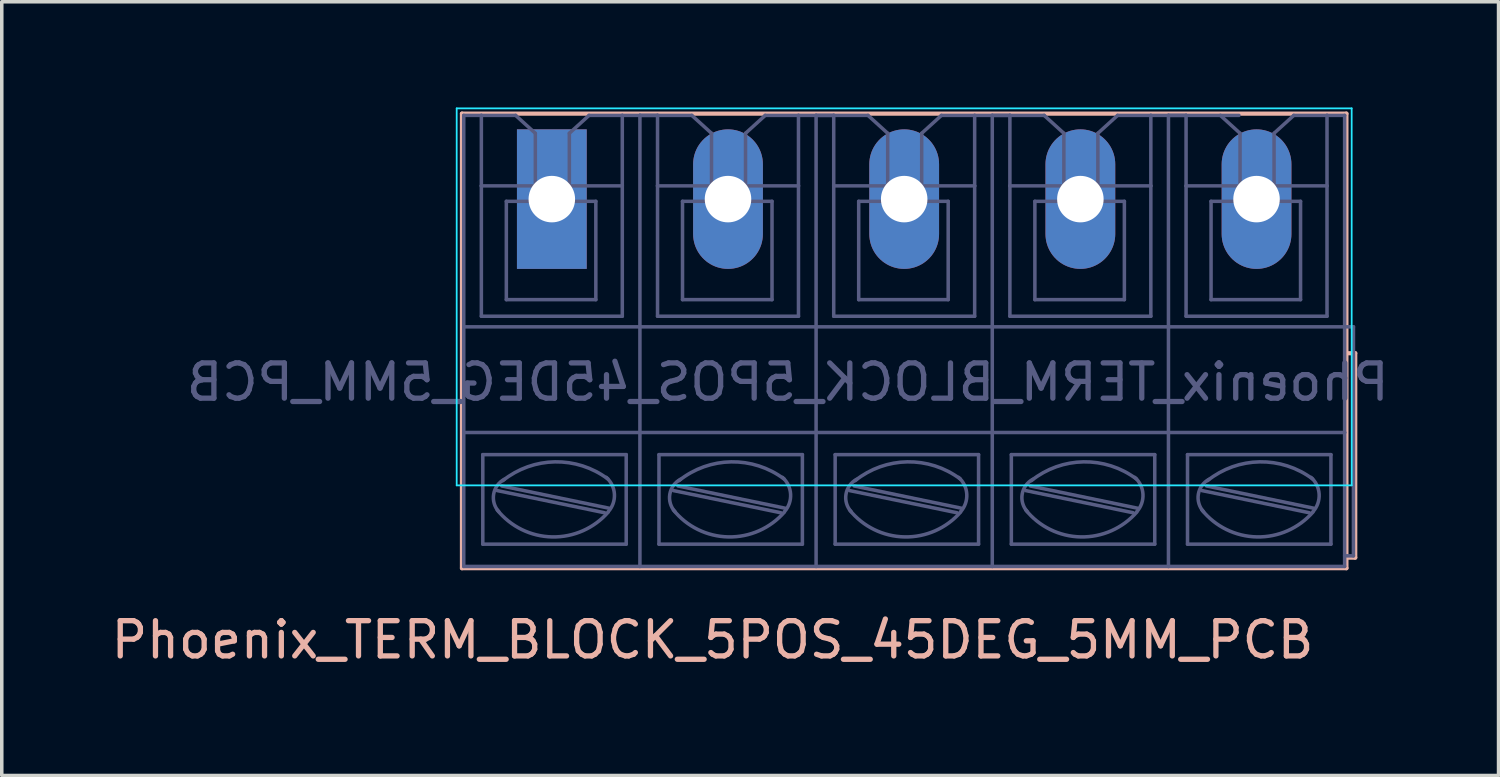
<source format=kicad_pcb>
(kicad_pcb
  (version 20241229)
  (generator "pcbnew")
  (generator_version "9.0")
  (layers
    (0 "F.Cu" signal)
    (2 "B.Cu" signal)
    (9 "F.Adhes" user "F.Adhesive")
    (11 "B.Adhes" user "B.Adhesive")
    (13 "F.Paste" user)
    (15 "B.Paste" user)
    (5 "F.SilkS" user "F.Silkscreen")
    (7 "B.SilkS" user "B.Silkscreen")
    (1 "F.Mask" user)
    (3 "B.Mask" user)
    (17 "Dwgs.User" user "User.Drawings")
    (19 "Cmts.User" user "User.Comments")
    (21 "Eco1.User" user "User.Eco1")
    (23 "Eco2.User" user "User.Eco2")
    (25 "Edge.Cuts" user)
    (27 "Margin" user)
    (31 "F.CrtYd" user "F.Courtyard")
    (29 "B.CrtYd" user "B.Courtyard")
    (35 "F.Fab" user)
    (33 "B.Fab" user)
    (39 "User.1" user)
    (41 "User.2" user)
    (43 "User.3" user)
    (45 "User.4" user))
  (footprint "Phoenix_TERM_BLOCK_5POS_45DEG_5MM_PCB"
    (layer "F.Cu")
    (at 12.611 2.489)
    (property "Reference" "Phoenix_TERM_BLOCK_5POS_45DEG_5MM_PCB" (at 4.561 12.621 0) (layer "B.SilkS") (effects (font (size 1 1) (thickness 0.15))))
    (attr through_hole)
    (fp_line (start -2.55 -2.314) (end -2.55 10.586) (stroke (width 0.12) (type solid)) (layer "B.SilkS"))
    (fp_line (start -2.55 10.586) (end 22.55 10.586) (stroke (width 0.12) (type solid)) (layer "B.SilkS"))
    (fp_line (start 22.55 -2.314) (end -2.55 -2.314) (stroke (width 0.12) (type solid)) (layer "B.SilkS"))
    (fp_line (start 22.55 4.486) (end 22.55 -2.314) (stroke (width 0.12) (type solid)) (layer "B.SilkS"))
    (fp_line (start 22.55 10.286) (end 22.55 4.486) (stroke (width 0.12) (type solid)) (layer "B.SilkS"))
    (fp_line (start 22.55 10.286) (end 22.8 10.286) (stroke (width 0.12) (type solid)) (layer "B.SilkS"))
    (fp_line (start 22.55 10.586) (end 22.55 10.286) (stroke (width 0.12) (type solid)) (layer "B.SilkS"))
    (fp_line (start 22.8 4.486) (end 22.55 4.486) (stroke (width 0.12) (type solid)) (layer "B.SilkS"))
    (fp_line (start 22.8 10.286) (end 22.8 4.486) (stroke (width 0.12) (type solid)) (layer "B.SilkS"))
    (fp_line (start -2.7 8.236) (end -2.7 -2.464) (stroke (width 0.05) (type solid)) (layer "B.CrtYd"))
    (fp_line (start -2.7 8.236) (end 22.7 8.236) (stroke (width 0.05) (type solid)) (layer "B.CrtYd"))
    (fp_line (start 22.7 -2.464) (end -2.7 -2.464) (stroke (width 0.05) (type solid)) (layer "B.CrtYd"))
    (fp_line (start 22.7 -2.464) (end 22.7 8.236) (stroke (width 0.05) (type solid)) (layer "B.CrtYd"))
    (fp_line (start -2.5 -2.264) (end -2.5 3.736) (stroke (width 0.1) (type solid)) (layer "B.Fab"))
    (fp_line (start -2.5 -2.264) (end -2 -2.264) (stroke (width 0.1) (type solid)) (layer "B.Fab"))
    (fp_line (start -2.5 3.736) (end -2.5 6.736) (stroke (width 0.1) (type solid)) (layer "B.Fab"))
    (fp_line (start -2.5 6.736) (end -2.5 10.536) (stroke (width 0.1) (type solid)) (layer "B.Fab"))
    (fp_line (start -2 -2.264) (end -1.027 -2.264) (stroke (width 0.1) (type solid)) (layer "B.Fab"))
    (fp_line (start -2 -0.264) (end -2 -2.264) (stroke (width 0.1) (type solid)) (layer "B.Fab"))
    (fp_line (start -2 3.436) (end -2 -0.264) (stroke (width 0.1) (type solid)) (layer "B.Fab"))
    (fp_line (start -1.959 7.364) (end -1.959 9.904) (stroke (width 0.1) (type solid)) (layer "B.Fab"))
    (fp_line (start -1.549 8.384) (end 1.501 9.014) (stroke (width 0.1) (type solid)) (layer "B.Fab"))
    (fp_line (start -1.419 8.254) (end 1.621 8.884) (stroke (width 0.1) (type solid)) (layer "B.Fab"))
    (fp_line (start -1.291 0.175) (end -1.291 2.965) (stroke (width 0.1) (type solid)) (layer "B.Fab"))
    (fp_line (start -1.291 0.175) (end 1.249 0.175) (stroke (width 0.1) (type solid)) (layer "B.Fab"))
    (fp_line (start -1.291 2.965) (end 1.249 2.965) (stroke (width 0.1) (type solid)) (layer "B.Fab"))
    (fp_line (start -1.027 -2.264) (end -0.468 -1.756) (stroke (width 0.1) (type solid)) (layer "B.Fab"))
    (fp_line (start -0.468 -1.756) (end -0.468 -0.282) (stroke (width 0.1) (type solid)) (layer "B.Fab"))
    (fp_line (start 0.497 -1.756) (end 0.497 -0.282) (stroke (width 0.1) (type solid)) (layer "B.Fab"))
    (fp_line (start 1.056 -2.264) (end 0.497 -1.756) (stroke (width 0.1) (type solid)) (layer "B.Fab"))
    (fp_line (start 1.249 0.175) (end 1.249 2.965) (stroke (width 0.1) (type solid)) (layer "B.Fab"))
    (fp_line (start 2 -2.264) (end 1.056 -2.264) (stroke (width 0.1) (type solid)) (layer "B.Fab"))
    (fp_line (start 2 -2.264) (end 2 -0.264) (stroke (width 0.1) (type solid)) (layer "B.Fab"))
    (fp_line (start 2 -2.264) (end 2.5 -2.264) (stroke (width 0.1) (type solid)) (layer "B.Fab"))
    (fp_line (start 2 -0.264) (end -2 -0.264) (stroke (width 0.1) (type solid)) (layer "B.Fab"))
    (fp_line (start 2 -0.264) (end 2 3.436) (stroke (width 0.1) (type solid)) (layer "B.Fab"))
    (fp_line (start 2 3.436) (end -2 3.436) (stroke (width 0.1) (type solid)) (layer "B.Fab"))
    (fp_line (start 2.111 7.364) (end -1.959 7.364) (stroke (width 0.1) (type solid)) (layer "B.Fab"))
    (fp_line (start 2.111 7.364) (end 2.111 9.904) (stroke (width 0.1) (type solid)) (layer "B.Fab"))
    (fp_line (start 2.111 9.904) (end -1.959 9.904) (stroke (width 0.1) (type solid)) (layer "B.Fab"))
    (fp_line (start 2.5 -2.264) (end 2.5 3.736) (stroke (width 0.1) (type solid)) (layer "B.Fab"))
    (fp_line (start 2.5 -2.264) (end 3 -2.264) (stroke (width 0.1) (type solid)) (layer "B.Fab"))
    (fp_line (start 2.5 -2.264) (end 3 -2.264) (stroke (width 0.1) (type solid)) (layer "B.Fab"))
    (fp_line (start 2.5 3.736) (end -2.5 3.736) (stroke (width 0.1) (type solid)) (layer "B.Fab"))
    (fp_line (start 2.5 3.736) (end 2.5 6.736) (stroke (width 0.1) (type solid)) (layer "B.Fab"))
    (fp_line (start 2.5 6.736) (end -2.5 6.736) (stroke (width 0.1) (type solid)) (layer "B.Fab"))
    (fp_line (start 2.5 6.736) (end 2.5 10.536) (stroke (width 0.1) (type solid)) (layer "B.Fab"))
    (fp_line (start 2.5 10.536) (end -2.5 10.536) (stroke (width 0.1) (type solid)) (layer "B.Fab"))
    (fp_line (start 3 -2.264) (end 3.973 -2.264) (stroke (width 0.1) (type solid)) (layer "B.Fab"))
    (fp_line (start 3 -0.264) (end 3 -2.264) (stroke (width 0.1) (type solid)) (layer "B.Fab"))
    (fp_line (start 3 3.436) (end 3 -0.264) (stroke (width 0.1) (type solid)) (layer "B.Fab"))
    (fp_line (start 3.041 7.364) (end 3.041 9.904) (stroke (width 0.1) (type solid)) (layer "B.Fab"))
    (fp_line (start 3.451 8.384) (end 6.501 9.014) (stroke (width 0.1) (type solid)) (layer "B.Fab"))
    (fp_line (start 3.581 8.254) (end 6.621 8.884) (stroke (width 0.1) (type solid)) (layer "B.Fab"))
    (fp_line (start 3.709 0.175) (end 3.709 2.965) (stroke (width 0.1) (type solid)) (layer "B.Fab"))
    (fp_line (start 3.709 0.175) (end 6.249 0.175) (stroke (width 0.1) (type solid)) (layer "B.Fab"))
    (fp_line (start 3.709 2.965) (end 6.249 2.965) (stroke (width 0.1) (type solid)) (layer "B.Fab"))
    (fp_line (start 3.973 -2.264) (end 4.532 -1.756) (stroke (width 0.1) (type solid)) (layer "B.Fab"))
    (fp_line (start 4.532 -1.756) (end 4.532 -0.282) (stroke (width 0.1) (type solid)) (layer "B.Fab"))
    (fp_line (start 5.497 -1.756) (end 5.497 -0.282) (stroke (width 0.1) (type solid)) (layer "B.Fab"))
    (fp_line (start 6.056 -2.264) (end 5.497 -1.756) (stroke (width 0.1) (type solid)) (layer "B.Fab"))
    (fp_line (start 6.249 0.175) (end 6.249 2.965) (stroke (width 0.1) (type solid)) (layer "B.Fab"))
    (fp_line (start 7 -2.264) (end 6.056 -2.264) (stroke (width 0.1) (type solid)) (layer "B.Fab"))
    (fp_line (start 7 -2.264) (end 7 -0.264) (stroke (width 0.1) (type solid)) (layer "B.Fab"))
    (fp_line (start 7 -2.264) (end 7.5 -2.264) (stroke (width 0.1) (type solid)) (layer "B.Fab"))
    (fp_line (start 7 -0.264) (end 3 -0.264) (stroke (width 0.1) (type solid)) (layer "B.Fab"))
    (fp_line (start 7 -0.264) (end 7 3.436) (stroke (width 0.1) (type solid)) (layer "B.Fab"))
    (fp_line (start 7 3.436) (end 3 3.436) (stroke (width 0.1) (type solid)) (layer "B.Fab"))
    (fp_line (start 7.111 7.364) (end 3.041 7.364) (stroke (width 0.1) (type solid)) (layer "B.Fab"))
    (fp_line (start 7.111 7.364) (end 7.111 9.904) (stroke (width 0.1) (type solid)) (layer "B.Fab"))
    (fp_line (start 7.111 9.904) (end 3.041 9.904) (stroke (width 0.1) (type solid)) (layer "B.Fab"))
    (fp_line (start 7.5 -2.264) (end 7.5 3.736) (stroke (width 0.1) (type solid)) (layer "B.Fab"))
    (fp_line (start 7.5 -2.264) (end 8 -2.264) (stroke (width 0.1) (type solid)) (layer "B.Fab"))
    (fp_line (start 7.5 -2.264) (end 8 -2.264) (stroke (width 0.1) (type solid)) (layer "B.Fab"))
    (fp_line (start 7.5 3.736) (end 2.5 3.736) (stroke (width 0.1) (type solid)) (layer "B.Fab"))
    (fp_line (start 7.5 3.736) (end 7.5 6.736) (stroke (width 0.1) (type solid)) (layer "B.Fab"))
    (fp_line (start 7.5 6.736) (end 2.5 6.736) (stroke (width 0.1) (type solid)) (layer "B.Fab"))
    (fp_line (start 7.5 6.736) (end 7.5 10.536) (stroke (width 0.1) (type solid)) (layer "B.Fab"))
    (fp_line (start 7.5 10.536) (end 2.5 10.536) (stroke (width 0.1) (type solid)) (layer "B.Fab"))
    (fp_line (start 8 -2.264) (end 8.973 -2.264) (stroke (width 0.1) (type solid)) (layer "B.Fab"))
    (fp_line (start 8 -0.264) (end 8 -2.264) (stroke (width 0.1) (type solid)) (layer "B.Fab"))
    (fp_line (start 8 3.436) (end 8 -0.264) (stroke (width 0.1) (type solid)) (layer "B.Fab"))
    (fp_line (start 8.041 7.364) (end 8.041 9.904) (stroke (width 0.1) (type solid)) (layer "B.Fab"))
    (fp_line (start 8.451 8.384) (end 11.501 9.014) (stroke (width 0.1) (type solid)) (layer "B.Fab"))
    (fp_line (start 8.581 8.254) (end 11.621 8.884) (stroke (width 0.1) (type solid)) (layer "B.Fab"))
    (fp_line (start 8.709 0.175) (end 8.709 2.965) (stroke (width 0.1) (type solid)) (layer "B.Fab"))
    (fp_line (start 8.709 0.175) (end 11.249 0.175) (stroke (width 0.1) (type solid)) (layer "B.Fab"))
    (fp_line (start 8.709 2.965) (end 11.249 2.965) (stroke (width 0.1) (type solid)) (layer "B.Fab"))
    (fp_line (start 8.973 -2.264) (end 9.532 -1.756) (stroke (width 0.1) (type solid)) (layer "B.Fab"))
    (fp_line (start 9.532 -1.756) (end 9.532 -0.282) (stroke (width 0.1) (type solid)) (layer "B.Fab"))
    (fp_line (start 10.497 -1.756) (end 10.497 -0.282) (stroke (width 0.1) (type solid)) (layer "B.Fab"))
    (fp_line (start 11.056 -2.264) (end 10.497 -1.756) (stroke (width 0.1) (type solid)) (layer "B.Fab"))
    (fp_line (start 11.249 0.175) (end 11.249 2.965) (stroke (width 0.1) (type solid)) (layer "B.Fab"))
    (fp_line (start 12 -2.264) (end 11.056 -2.264) (stroke (width 0.1) (type solid)) (layer "B.Fab"))
    (fp_line (start 12 -2.264) (end 12 -0.264) (stroke (width 0.1) (type solid)) (layer "B.Fab"))
    (fp_line (start 12 -2.264) (end 12.5 -2.264) (stroke (width 0.1) (type solid)) (layer "B.Fab"))
    (fp_line (start 12 -0.264) (end 8 -0.264) (stroke (width 0.1) (type solid)) (layer "B.Fab"))
    (fp_line (start 12 -0.264) (end 12 3.436) (stroke (width 0.1) (type solid)) (layer "B.Fab"))
    (fp_line (start 12 3.436) (end 8 3.436) (stroke (width 0.1) (type solid)) (layer "B.Fab"))
    (fp_line (start 12.111 7.364) (end 8.041 7.364) (stroke (width 0.1) (type solid)) (layer "B.Fab"))
    (fp_line (start 12.111 7.364) (end 12.111 9.904) (stroke (width 0.1) (type solid)) (layer "B.Fab"))
    (fp_line (start 12.111 9.904) (end 8.041 9.904) (stroke (width 0.1) (type solid)) (layer "B.Fab"))
    (fp_line (start 12.5 -2.264) (end 12.5 3.736) (stroke (width 0.1) (type solid)) (layer "B.Fab"))
    (fp_line (start 12.5 -2.264) (end 13 -2.264) (stroke (width 0.1) (type solid)) (layer "B.Fab"))
    (fp_line (start 12.5 -2.264) (end 13 -2.264) (stroke (width 0.1) (type solid)) (layer "B.Fab"))
    (fp_line (start 12.5 3.736) (end 7.5 3.736) (stroke (width 0.1) (type solid)) (layer "B.Fab"))
    (fp_line (start 12.5 3.736) (end 12.5 6.736) (stroke (width 0.1) (type solid)) (layer "B.Fab"))
    (fp_line (start 12.5 6.736) (end 7.5 6.736) (stroke (width 0.1) (type solid)) (layer "B.Fab"))
    (fp_line (start 12.5 6.736) (end 12.5 10.536) (stroke (width 0.1) (type solid)) (layer "B.Fab"))
    (fp_line (start 12.5 10.536) (end 7.5 10.536) (stroke (width 0.1) (type solid)) (layer "B.Fab"))
    (fp_line (start 13 -2.264) (end 13.973 -2.264) (stroke (width 0.1) (type solid)) (layer "B.Fab"))
    (fp_line (start 13 -0.264) (end 13 -2.264) (stroke (width 0.1) (type solid)) (layer "B.Fab"))
    (fp_line (start 13 3.436) (end 13 -0.264) (stroke (width 0.1) (type solid)) (layer "B.Fab"))
    (fp_line (start 13.041 7.364) (end 13.041 9.904) (stroke (width 0.1) (type solid)) (layer "B.Fab"))
    (fp_line (start 13.451 8.384) (end 16.501 9.014) (stroke (width 0.1) (type solid)) (layer "B.Fab"))
    (fp_line (start 13.581 8.254) (end 16.621 8.884) (stroke (width 0.1) (type solid)) (layer "B.Fab"))
    (fp_line (start 13.709 0.175) (end 13.709 2.965) (stroke (width 0.1) (type solid)) (layer "B.Fab"))
    (fp_line (start 13.709 0.175) (end 16.249 0.175) (stroke (width 0.1) (type solid)) (layer "B.Fab"))
    (fp_line (start 13.709 2.965) (end 16.249 2.965) (stroke (width 0.1) (type solid)) (layer "B.Fab"))
    (fp_line (start 13.973 -2.264) (end 14.532 -1.756) (stroke (width 0.1) (type solid)) (layer "B.Fab"))
    (fp_line (start 14.532 -1.756) (end 14.532 -0.282) (stroke (width 0.1) (type solid)) (layer "B.Fab"))
    (fp_line (start 15.497 -1.756) (end 15.497 -0.282) (stroke (width 0.1) (type solid)) (layer "B.Fab"))
    (fp_line (start 16.056 -2.264) (end 15.497 -1.756) (stroke (width 0.1) (type solid)) (layer "B.Fab"))
    (fp_line (start 16.249 0.175) (end 16.249 2.965) (stroke (width 0.1) (type solid)) (layer "B.Fab"))
    (fp_line (start 17 -2.264) (end 16.056 -2.264) (stroke (width 0.1) (type solid)) (layer "B.Fab"))
    (fp_line (start 17 -2.264) (end 17 -0.264) (stroke (width 0.1) (type solid)) (layer "B.Fab"))
    (fp_line (start 17 -2.264) (end 17.5 -2.264) (stroke (width 0.1) (type solid)) (layer "B.Fab"))
    (fp_line (start 17 -0.264) (end 13 -0.264) (stroke (width 0.1) (type solid)) (layer "B.Fab"))
    (fp_line (start 17 -0.264) (end 17 3.436) (stroke (width 0.1) (type solid)) (layer "B.Fab"))
    (fp_line (start 17 3.436) (end 13 3.436) (stroke (width 0.1) (type solid)) (layer "B.Fab"))
    (fp_line (start 17.111 7.364) (end 13.041 7.364) (stroke (width 0.1) (type solid)) (layer "B.Fab"))
    (fp_line (start 17.111 7.364) (end 17.111 9.904) (stroke (width 0.1) (type solid)) (layer "B.Fab"))
    (fp_line (start 17.111 9.904) (end 13.041 9.904) (stroke (width 0.1) (type solid)) (layer "B.Fab"))
    (fp_line (start 17.5 -2.264) (end 17.5 3.736) (stroke (width 0.1) (type solid)) (layer "B.Fab"))
    (fp_line (start 17.5 -2.264) (end 18 -2.264) (stroke (width 0.1) (type solid)) (layer "B.Fab"))
    (fp_line (start 17.5 -2.264) (end 18 -2.264) (stroke (width 0.1) (type solid)) (layer "B.Fab"))
    (fp_line (start 17.5 3.736) (end 12.5 3.736) (stroke (width 0.1) (type solid)) (layer "B.Fab"))
    (fp_line (start 17.5 3.736) (end 17.5 6.736) (stroke (width 0.1) (type solid)) (layer "B.Fab"))
    (fp_line (start 17.5 6.736) (end 12.5 6.736) (stroke (width 0.1) (type solid)) (layer "B.Fab"))
    (fp_line (start 17.5 6.736) (end 17.5 10.536) (stroke (width 0.1) (type solid)) (layer "B.Fab"))
    (fp_line (start 17.5 10.536) (end 12.5 10.536) (stroke (width 0.1) (type solid)) (layer "B.Fab"))
    (fp_line (start 18 -2.264) (end 18.973 -2.264) (stroke (width 0.1) (type solid)) (layer "B.Fab"))
    (fp_line (start 18 -0.264) (end 18 -2.264) (stroke (width 0.1) (type solid)) (layer "B.Fab"))
    (fp_line (start 18 3.436) (end 18 -0.264) (stroke (width 0.1) (type solid)) (layer "B.Fab"))
    (fp_line (start 18.041 7.364) (end 18.041 9.904) (stroke (width 0.1) (type solid)) (layer "B.Fab"))
    (fp_line (start 18.451 8.384) (end 21.501 9.014) (stroke (width 0.1) (type solid)) (layer "B.Fab"))
    (fp_line (start 18.581 8.254) (end 21.621 8.884) (stroke (width 0.1) (type solid)) (layer "B.Fab"))
    (fp_line (start 18.709 0.175) (end 18.709 2.965) (stroke (width 0.1) (type solid)) (layer "B.Fab"))
    (fp_line (start 18.709 0.175) (end 21.249 0.175) (stroke (width 0.1) (type solid)) (layer "B.Fab"))
    (fp_line (start 18.709 2.965) (end 21.249 2.965) (stroke (width 0.1) (type solid)) (layer "B.Fab"))
    (fp_line (start 18.973 -2.264) (end 19.532 -1.756) (stroke (width 0.1) (type solid)) (layer "B.Fab"))
    (fp_line (start 19 -2.264) (end 19.5 -2.264) (stroke (width 0.1) (type solid)) (layer "B.Fab"))
    (fp_line (start 19.532 -1.756) (end 19.532 -0.282) (stroke (width 0.1) (type solid)) (layer "B.Fab"))
    (fp_line (start 20.497 -1.756) (end 20.497 -0.282) (stroke (width 0.1) (type solid)) (layer "B.Fab"))
    (fp_line (start 21.056 -2.264) (end 20.497 -1.756) (stroke (width 0.1) (type solid)) (layer "B.Fab"))
    (fp_line (start 21.249 0.175) (end 21.249 2.965) (stroke (width 0.1) (type solid)) (layer "B.Fab"))
    (fp_line (start 22 -2.264) (end 21.056 -2.264) (stroke (width 0.1) (type solid)) (layer "B.Fab"))
    (fp_line (start 22 -2.264) (end 22 -0.264) (stroke (width 0.1) (type solid)) (layer "B.Fab"))
    (fp_line (start 22 -2.264) (end 22.5 -2.264) (stroke (width 0.1) (type solid)) (layer "B.Fab"))
    (fp_line (start 22 -0.264) (end 18 -0.264) (stroke (width 0.1) (type solid)) (layer "B.Fab"))
    (fp_line (start 22 -0.264) (end 22 3.436) (stroke (width 0.1) (type solid)) (layer "B.Fab"))
    (fp_line (start 22 3.436) (end 18 3.436) (stroke (width 0.1) (type solid)) (layer "B.Fab"))
    (fp_line (start 22.111 7.364) (end 18.041 7.364) (stroke (width 0.1) (type solid)) (layer "B.Fab"))
    (fp_line (start 22.111 7.364) (end 22.111 9.904) (stroke (width 0.1) (type solid)) (layer "B.Fab"))
    (fp_line (start 22.111 9.904) (end 18.041 9.904) (stroke (width 0.1) (type solid)) (layer "B.Fab"))
    (fp_line (start 22.5 3.736) (end 17.5 3.736) (stroke (width 0.1) (type solid)) (layer "B.Fab"))
    (fp_line (start 22.5 3.736) (end 22.5 -2.264) (stroke (width 0.1) (type solid)) (layer "B.Fab"))
    (fp_line (start 22.5 3.736) (end 22.5 6.736) (stroke (width 0.1) (type solid)) (layer "B.Fab"))
    (fp_line (start 22.5 6.736) (end 17.5 6.736) (stroke (width 0.1) (type solid)) (layer "B.Fab"))
    (fp_line (start 22.5 6.736) (end 22.5 10.536) (stroke (width 0.1) (type solid)) (layer "B.Fab"))
    (fp_line (start 22.5 10.536) (end 17.5 10.536) (stroke (width 0.1) (type solid)) (layer "B.Fab"))
    (fp_line (start 22.75 3.736) (end 22.5 3.736) (stroke (width 0.1) (type solid)) (layer "B.Fab"))
    (fp_line (start 22.75 10.236) (end 22.5 10.236) (stroke (width 0.1) (type solid)) (layer "B.Fab"))
    (fp_line (start 22.75 10.236) (end 22.75 3.736) (stroke (width 0.1) (type solid)) (layer "B.Fab"))
    (fp_arc (start -1.504626 8.983005) (mid -1.651524 8.485515) (end -1.3492 8.064) (stroke (width 0.1) (type solid)) (layer "B.Fab"))
    (fp_arc (start -1.391533 8.102263) (mid 0.091383 7.568318) (end 1.5908 8.054) (stroke (width 0.1) (type solid)) (layer "B.Fab"))
    (fp_arc (start 1.546332 8.010005) (mid 1.776533 8.485652) (end 1.6008 8.984) (stroke (width 0.1) (type solid)) (layer "B.Fab"))
    (fp_arc (start 1.599039 8.995686) (mid 0.010537 9.698867) (end -1.5492 8.934) (stroke (width 0.1) (type solid)) (layer "B.Fab"))
    (fp_arc (start 3.495374 8.983005) (mid 3.348476 8.485515) (end 3.6508 8.064) (stroke (width 0.1) (type solid)) (layer "B.Fab"))
    (fp_arc (start 3.608467 8.102263) (mid 5.091383 7.568318) (end 6.5908 8.054) (stroke (width 0.1) (type solid)) (layer "B.Fab"))
    (fp_arc (start 6.546332 8.010005) (mid 6.776533 8.485652) (end 6.6008 8.984) (stroke (width 0.1) (type solid)) (layer "B.Fab"))
    (fp_arc (start 6.599039 8.995686) (mid 5.010537 9.698867) (end 3.4508 8.934) (stroke (width 0.1) (type solid)) (layer "B.Fab"))
    (fp_arc (start 8.495374 8.983005) (mid 8.348476 8.485515) (end 8.6508 8.064) (stroke (width 0.1) (type solid)) (layer "B.Fab"))
    (fp_arc (start 8.608467 8.102263) (mid 10.091383 7.568318) (end 11.5908 8.054) (stroke (width 0.1) (type solid)) (layer "B.Fab"))
    (fp_arc (start 11.546332 8.010005) (mid 11.776533 8.485652) (end 11.6008 8.984) (stroke (width 0.1) (type solid)) (layer "B.Fab"))
    (fp_arc (start 11.599039 8.995686) (mid 10.010537 9.698867) (end 8.4508 8.934) (stroke (width 0.1) (type solid)) (layer "B.Fab"))
    (fp_arc (start 13.495374 8.983005) (mid 13.348476 8.485515) (end 13.6508 8.064) (stroke (width 0.1) (type solid)) (layer "B.Fab"))
    (fp_arc (start 13.608467 8.102263) (mid 15.091383 7.568318) (end 16.5908 8.054) (stroke (width 0.1) (type solid)) (layer "B.Fab"))
    (fp_arc (start 16.546332 8.010005) (mid 16.776533 8.485652) (end 16.6008 8.984) (stroke (width 0.1) (type solid)) (layer "B.Fab"))
    (fp_arc (start 16.599039 8.995686) (mid 15.010537 9.698867) (end 13.4508 8.934) (stroke (width 0.1) (type solid)) (layer "B.Fab"))
    (fp_arc (start 18.495374 8.983005) (mid 18.348476 8.485515) (end 18.6508 8.064) (stroke (width 0.1) (type solid)) (layer "B.Fab"))
    (fp_arc (start 18.608467 8.102263) (mid 20.091383 7.568318) (end 21.5908 8.054) (stroke (width 0.1) (type solid)) (layer "B.Fab"))
    (fp_arc (start 21.546332 8.010005) (mid 21.776533 8.485652) (end 21.6008 8.984) (stroke (width 0.1) (type solid)) (layer "B.Fab"))
    (fp_arc (start 21.599039 8.995686) (mid 20.010537 9.698867) (end 18.4508 8.934) (stroke (width 0.1) (type solid)) (layer "B.Fab"))
    (fp_text user "${REFERENCE}" (at 6.695 5.306 0) (layer "B.Fab") (effects (font (size 1 1) (thickness 0.15)) (justify mirror)))
    (pad "1" thru_hole rect (at 0 0.112) (size 1.98 3.96) (drill 1.32) (layers "*.Cu" "*.Mask" "F.Paste"))
    (pad "2" thru_hole oval (at 5 0.112) (size 1.98 3.96) (drill 1.32) (layers "*.Cu" "*.Mask" "F.Paste"))
    (pad "3" thru_hole oval (at 10 0.112) (size 1.98 3.96) (drill 1.32) (layers "*.Cu" "*.Mask" "F.Paste"))
    (pad "4" thru_hole oval (at 15 0.112) (size 1.98 3.96) (drill 1.32) (layers "*.Cu" "*.Mask" "F.Paste"))
    (pad "5" thru_hole oval (at 20 0.112) (size 1.98 3.96) (drill 1.32) (layers "*.Cu" "*.Mask" "F.Paste")))
  (gr_rect
    (start -3 -3)
    (end 39.479 18.958)
    (stroke (width 0.1) (type default))
    (fill no)
    (layer "Edge.Cuts")))
</source>
